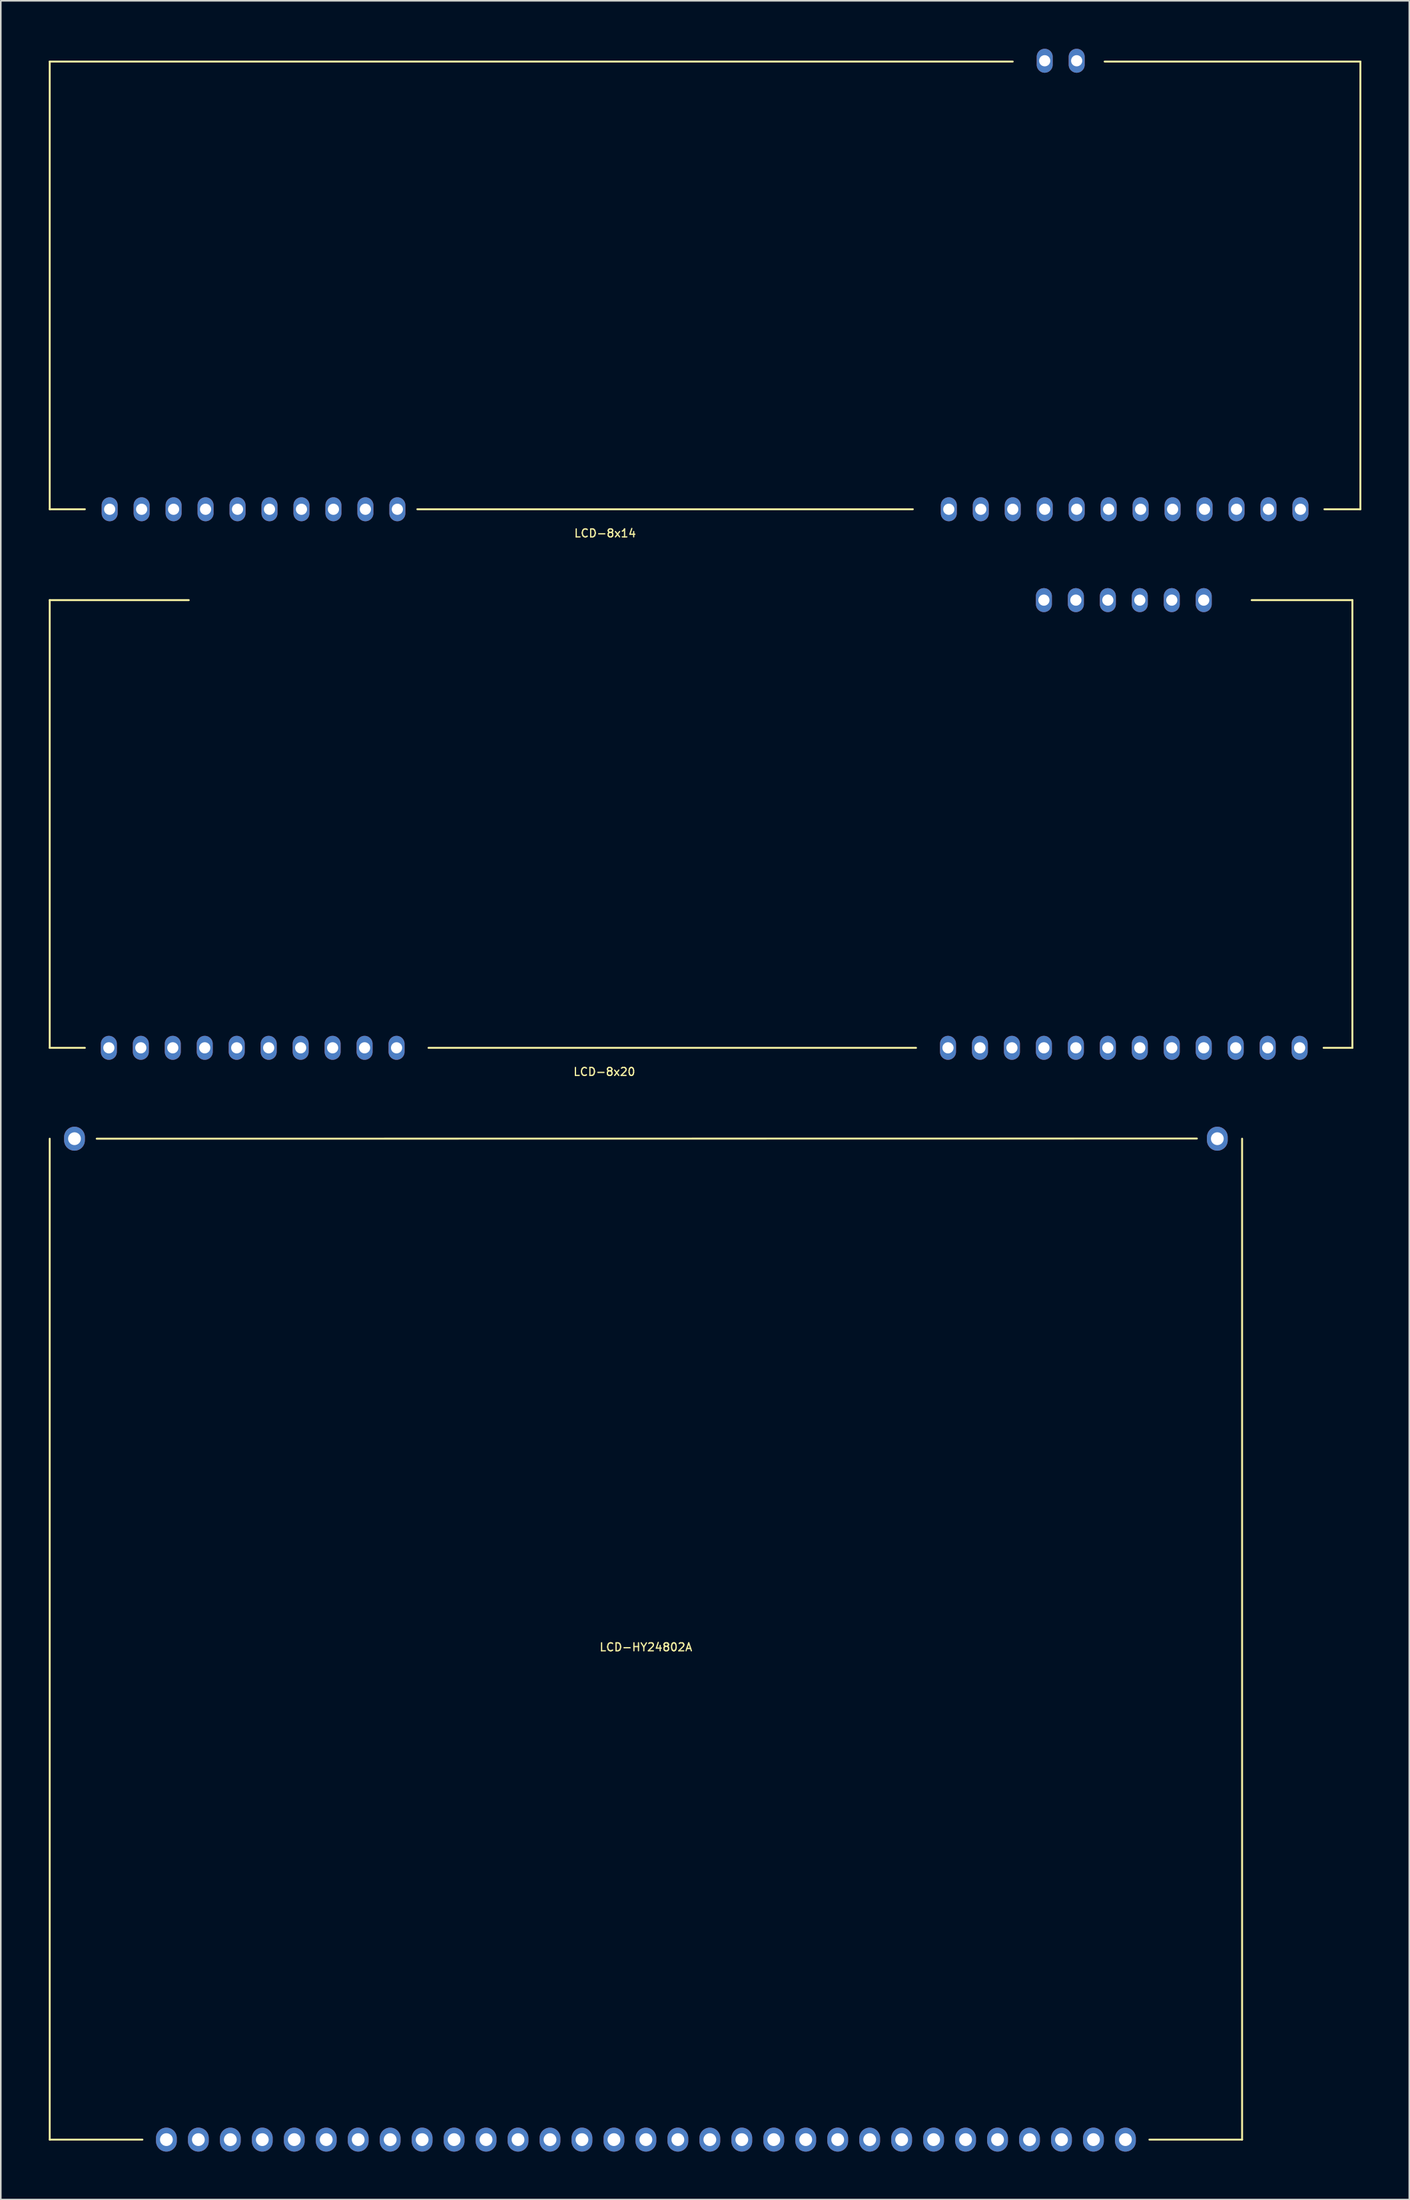
<source format=kicad_pcb>
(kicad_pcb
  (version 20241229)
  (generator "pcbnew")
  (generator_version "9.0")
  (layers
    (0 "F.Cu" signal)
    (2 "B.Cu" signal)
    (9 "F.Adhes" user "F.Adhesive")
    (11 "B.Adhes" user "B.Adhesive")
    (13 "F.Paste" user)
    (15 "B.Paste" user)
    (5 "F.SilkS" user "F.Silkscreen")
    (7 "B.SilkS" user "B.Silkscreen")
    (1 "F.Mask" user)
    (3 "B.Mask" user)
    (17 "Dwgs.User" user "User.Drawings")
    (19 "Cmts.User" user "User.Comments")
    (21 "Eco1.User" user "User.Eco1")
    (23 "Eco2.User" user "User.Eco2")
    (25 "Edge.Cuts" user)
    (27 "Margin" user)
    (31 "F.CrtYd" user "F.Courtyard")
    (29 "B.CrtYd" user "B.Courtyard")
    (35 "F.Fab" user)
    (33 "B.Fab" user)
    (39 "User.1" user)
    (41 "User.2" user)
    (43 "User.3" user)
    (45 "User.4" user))
  (footprint "LCD-HY24802A"
    (layer "F.Cu")
    (at 37.36 99.466)
    (property "Reference" "LCD-HY24802A" (at 0 0.5 0) (layer "F.SilkS") (effects (font (size 0.5 0.5) (thickness 0.08))))
    (attr through_hole)
    (fp_line (start -37.3 -31.3) (end -37.3 31.3) (stroke (width 0.12) (type solid)) (layer "F.SilkS"))
    (fp_line (start -37.3 31.3) (end -31.5 31.3) (stroke (width 0.12) (type solid)) (layer "F.SilkS"))
    (fp_line (start -34.36 -31.3) (end 34.47 -31.31) (stroke (width 0.12) (type solid)) (layer "F.SilkS"))
    (fp_line (start 31.5 31.3) (end 37.3 31.3) (stroke (width 0.12) (type solid)) (layer "F.SilkS"))
    (fp_line (start 37.3 31.3) (end 37.3 -31.3) (stroke (width 0.12) (type solid)) (layer "F.SilkS"))
    (pad "1" thru_hole oval (at -30 31.3) (size 1.3 1.5) (drill 0.8) (layers "*.Cu" "*.Mask"))
    (pad "2" thru_hole oval (at -28 31.3 270) (size 1.5 1.3) (drill 0.8) (layers "*.Cu" "*.Mask"))
    (pad "3" thru_hole oval (at -26 31.3 270) (size 1.5 1.3) (drill 0.8) (layers "*.Cu" "*.Mask"))
    (pad "4" thru_hole oval (at -24 31.3 270) (size 1.5 1.3) (drill 0.8) (layers "*.Cu" "*.Mask"))
    (pad "5" thru_hole oval (at -22 31.3 270) (size 1.5 1.3) (drill 0.8) (layers "*.Cu" "*.Mask"))
    (pad "6" thru_hole oval (at -20 31.3 270) (size 1.5 1.3) (drill 0.8) (layers "*.Cu" "*.Mask"))
    (pad "7" thru_hole oval (at -18 31.3 270) (size 1.5 1.3) (drill 0.8) (layers "*.Cu" "*.Mask"))
    (pad "8" thru_hole oval (at -16 31.3 270) (size 1.5 1.3) (drill 0.8) (layers "*.Cu" "*.Mask"))
    (pad "9" thru_hole oval (at -14 31.3 270) (size 1.5 1.3) (drill 0.8) (layers "*.Cu" "*.Mask"))
    (pad "10" thru_hole oval (at -12 31.3 270) (size 1.5 1.3) (drill 0.8) (layers "*.Cu" "*.Mask"))
    (pad "11" thru_hole oval (at -10 31.3 270) (size 1.5 1.3) (drill 0.8) (layers "*.Cu" "*.Mask"))
    (pad "12" thru_hole oval (at -8 31.3 270) (size 1.5 1.3) (drill 0.8) (layers "*.Cu" "*.Mask"))
    (pad "13" thru_hole oval (at -6 31.3 270) (size 1.5 1.3) (drill 0.8) (layers "*.Cu" "*.Mask"))
    (pad "14" thru_hole oval (at -4 31.3 270) (size 1.5 1.3) (drill 0.8) (layers "*.Cu" "*.Mask"))
    (pad "15" thru_hole oval (at -2 31.3 270) (size 1.5 1.3) (drill 0.8) (layers "*.Cu" "*.Mask"))
    (pad "16" thru_hole oval (at 0 31.3 270) (size 1.5 1.3) (drill 0.8) (layers "*.Cu" "*.Mask"))
    (pad "17" thru_hole oval (at 2 31.3 270) (size 1.5 1.3) (drill 0.8) (layers "*.Cu" "*.Mask"))
    (pad "18" thru_hole oval (at 4 31.3 270) (size 1.5 1.3) (drill 0.8) (layers "*.Cu" "*.Mask"))
    (pad "19" thru_hole oval (at 6 31.3 270) (size 1.5 1.3) (drill 0.8) (layers "*.Cu" "*.Mask"))
    (pad "20" thru_hole oval (at 8 31.3 270) (size 1.5 1.3) (drill 0.8) (layers "*.Cu" "*.Mask"))
    (pad "21" thru_hole oval (at 10 31.3 270) (size 1.5 1.3) (drill 0.8) (layers "*.Cu" "*.Mask"))
    (pad "22" thru_hole oval (at 12 31.3 270) (size 1.5 1.3) (drill 0.8) (layers "*.Cu" "*.Mask"))
    (pad "23" thru_hole oval (at 14 31.3 270) (size 1.5 1.3) (drill 0.8) (layers "*.Cu" "*.Mask"))
    (pad "24" thru_hole oval (at 16 31.3 270) (size 1.5 1.3) (drill 0.8) (layers "*.Cu" "*.Mask"))
    (pad "25" thru_hole oval (at 18 31.3 270) (size 1.5 1.3) (drill 0.8) (layers "*.Cu" "*.Mask"))
    (pad "26" thru_hole oval (at 20 31.3 270) (size 1.5 1.3) (drill 0.8) (layers "*.Cu" "*.Mask"))
    (pad "27" thru_hole oval (at 22 31.3 270) (size 1.5 1.3) (drill 0.8) (layers "*.Cu" "*.Mask"))
    (pad "28" thru_hole oval (at 24 31.3 270) (size 1.5 1.3) (drill 0.8) (layers "*.Cu" "*.Mask"))
    (pad "29" thru_hole oval (at 26 31.3 270) (size 1.5 1.3) (drill 0.8) (layers "*.Cu" "*.Mask"))
    (pad "30" thru_hole oval (at 28 31.3 270) (size 1.5 1.3) (drill 0.8) (layers "*.Cu" "*.Mask"))
    (pad "31" thru_hole oval (at 30 31.3 270) (size 1.5 1.3) (drill 0.8) (layers "*.Cu" "*.Mask"))
    (pad "32" thru_hole oval (at 35.75 -31.3 270) (size 1.5 1.3) (drill 0.8) (layers "*.Cu" "*.Mask"))
    (pad "33" thru_hole oval (at -35.75 -31.3 270) (size 1.5 1.3) (drill 0.8) (layers "*.Cu" "*.Mask")))
  (footprint "LCD-8x20"
    (layer "F.Cu")
    (at 3.76 62.483)
    (property "Reference" "LCD-8x20" (at 31 1.5 0) (layer "F.SilkS") (effects (font (size 0.5 0.5) (thickness 0.08))))
    (attr through_hole)
    (fp_line (start -3.7 0) (end -3.7 -28) (stroke (width 0.12) (type solid)) (layer "F.SilkS"))
    (fp_line (start -1.5 0) (end -3.7 0) (stroke (width 0.12) (type solid)) (layer "F.SilkS"))
    (fp_line (start 5 -28) (end -3.7 -28) (stroke (width 0.12) (type solid)) (layer "F.SilkS"))
    (fp_line (start 50.5 0) (end 20 0) (stroke (width 0.12) (type solid)) (layer "F.SilkS"))
    (fp_line (start 77.8 -28) (end 71.5 -28) (stroke (width 0.12) (type solid)) (layer "F.SilkS"))
    (fp_line (start 77.8 -28) (end 77.8 0) (stroke (width 0.12) (type solid)) (layer "F.SilkS"))
    (fp_line (start 77.8 0) (end 76 0) (stroke (width 0.12) (type solid)) (layer "F.SilkS"))
    (pad "1" thru_hole oval (at 0 0) (size 1 1.5) (drill 0.7) (layers "*.Cu" "*.Mask"))
    (pad "2" thru_hole oval (at 2 0) (size 1 1.5) (drill 0.7) (layers "*.Cu" "*.Mask"))
    (pad "3" thru_hole oval (at 4 0) (size 1 1.5) (drill 0.7) (layers "*.Cu" "*.Mask"))
    (pad "4" thru_hole oval (at 6 0) (size 1 1.5) (drill 0.7) (layers "*.Cu" "*.Mask"))
    (pad "5" thru_hole oval (at 8 0) (size 1 1.5) (drill 0.7) (layers "*.Cu" "*.Mask"))
    (pad "6" thru_hole oval (at 10 0) (size 1 1.5) (drill 0.7) (layers "*.Cu" "*.Mask"))
    (pad "7" thru_hole oval (at 12 0) (size 1 1.5) (drill 0.7) (layers "*.Cu" "*.Mask"))
    (pad "8" thru_hole oval (at 14 0) (size 1 1.5) (drill 0.7) (layers "*.Cu" "*.Mask"))
    (pad "9" thru_hole oval (at 16 0) (size 1 1.5) (drill 0.7) (layers "*.Cu" "*.Mask"))
    (pad "10" thru_hole oval (at 18 0) (size 1 1.5) (drill 0.7) (layers "*.Cu" "*.Mask"))
    (pad "11" thru_hole oval (at 52.5 0) (size 1 1.5) (drill 0.7) (layers "*.Cu" "*.Mask"))
    (pad "12" thru_hole oval (at 54.5 0) (size 1 1.5) (drill 0.7) (layers "*.Cu" "*.Mask"))
    (pad "13" thru_hole oval (at 56.5 0) (size 1 1.5) (drill 0.7) (layers "*.Cu" "*.Mask"))
    (pad "14" thru_hole oval (at 58.5 0) (size 1 1.5) (drill 0.7) (layers "*.Cu" "*.Mask"))
    (pad "15" thru_hole oval (at 60.5 0) (size 1 1.5) (drill 0.7) (layers "*.Cu" "*.Mask"))
    (pad "16" thru_hole oval (at 62.5 0) (size 1 1.5) (drill 0.7) (layers "*.Cu" "*.Mask"))
    (pad "17" thru_hole oval (at 64.5 0) (size 1 1.5) (drill 0.7) (layers "*.Cu" "*.Mask"))
    (pad "18" thru_hole oval (at 66.5 0) (size 1 1.5) (drill 0.7) (layers "*.Cu" "*.Mask"))
    (pad "19" thru_hole oval (at 68.5 0) (size 1 1.5) (drill 0.7) (layers "*.Cu" "*.Mask"))
    (pad "20" thru_hole oval (at 70.5 0) (size 1 1.5) (drill 0.7) (layers "*.Cu" "*.Mask"))
    (pad "21" thru_hole oval (at 72.5 0) (size 1 1.5) (drill 0.7) (layers "*.Cu" "*.Mask"))
    (pad "22" thru_hole oval (at 74.5 0) (size 1 1.5) (drill 0.7) (layers "*.Cu" "*.Mask"))
    (pad "23" thru_hole oval (at 58.5 -28) (size 1 1.5) (drill 0.7) (layers "*.Cu" "*.Mask"))
    (pad "24" thru_hole oval (at 60.5 -28) (size 1 1.5) (drill 0.7) (layers "*.Cu" "*.Mask"))
    (pad "25" thru_hole oval (at 62.5 -28) (size 1 1.5) (drill 0.7) (layers "*.Cu" "*.Mask"))
    (pad "26" thru_hole oval (at 64.5 -28) (size 1 1.5) (drill 0.7) (layers "*.Cu" "*.Mask"))
    (pad "27" thru_hole oval (at 66.5 -28) (size 1 1.5) (drill 0.7) (layers "*.Cu" "*.Mask"))
    (pad "28" thru_hole oval (at 68.5 -28) (size 1 1.5) (drill 0.7) (layers "*.Cu" "*.Mask")))
  (footprint "LCD-8x14"
    (layer "F.Cu")
    (at 3.81 28.8)
    (property "Reference" "LCD-8x14" (at 31 1.5 0) (layer "F.SilkS") (effects (font (size 0.5 0.5) (thickness 0.08))))
    (attr through_hole)
    (fp_line (start -3.75 0) (end -3.75 -28) (stroke (width 0.12) (type solid)) (layer "F.SilkS"))
    (fp_line (start -1.55 0) (end -3.75 0) (stroke (width 0.12) (type solid)) (layer "F.SilkS"))
    (fp_line (start 50.25 0) (end 19.25 0) (stroke (width 0.12) (type solid)) (layer "F.SilkS"))
    (fp_line (start 56.5 -28) (end -3.75 -28) (stroke (width 0.12) (type solid)) (layer "F.SilkS"))
    (fp_line (start 78.25 -28) (end 62.25 -28) (stroke (width 0.12) (type solid)) (layer "F.SilkS"))
    (fp_line (start 78.25 -28) (end 78.25 0) (stroke (width 0.12) (type solid)) (layer "F.SilkS"))
    (fp_line (start 78.25 0) (end 76 0) (stroke (width 0.12) (type solid)) (layer "F.SilkS"))
    (pad "1" thru_hole oval (at 0 0) (size 1 1.5) (drill 0.7) (layers "*.Cu" "*.Mask"))
    (pad "2" thru_hole oval (at 2 0) (size 1 1.5) (drill 0.7) (layers "*.Cu" "*.Mask"))
    (pad "3" thru_hole oval (at 4 0) (size 1 1.5) (drill 0.7) (layers "*.Cu" "*.Mask"))
    (pad "4" thru_hole oval (at 6 0) (size 1 1.5) (drill 0.7) (layers "*.Cu" "*.Mask"))
    (pad "5" thru_hole oval (at 8 0) (size 1 1.5) (drill 0.7) (layers "*.Cu" "*.Mask"))
    (pad "6" thru_hole oval (at 10 0) (size 1 1.5) (drill 0.7) (layers "*.Cu" "*.Mask"))
    (pad "7" thru_hole oval (at 12 0) (size 1 1.5) (drill 0.7) (layers "*.Cu" "*.Mask"))
    (pad "8" thru_hole oval (at 14 0) (size 1 1.5) (drill 0.7) (layers "*.Cu" "*.Mask"))
    (pad "9" thru_hole oval (at 16 0) (size 1 1.5) (drill 0.7) (layers "*.Cu" "*.Mask"))
    (pad "10" thru_hole oval (at 18 0) (size 1 1.5) (drill 0.7) (layers "*.Cu" "*.Mask"))
    (pad "11" thru_hole oval (at 52.5 0) (size 1 1.5) (drill 0.7) (layers "*.Cu" "*.Mask"))
    (pad "12" thru_hole oval (at 54.5 0) (size 1 1.5) (drill 0.7) (layers "*.Cu" "*.Mask"))
    (pad "13" thru_hole oval (at 56.5 0) (size 1 1.5) (drill 0.7) (layers "*.Cu" "*.Mask"))
    (pad "14" thru_hole oval (at 58.5 0) (size 1 1.5) (drill 0.7) (layers "*.Cu" "*.Mask"))
    (pad "15" thru_hole oval (at 60.5 0) (size 1 1.5) (drill 0.7) (layers "*.Cu" "*.Mask"))
    (pad "16" thru_hole oval (at 62.5 0) (size 1 1.5) (drill 0.7) (layers "*.Cu" "*.Mask"))
    (pad "17" thru_hole oval (at 64.5 0) (size 1 1.5) (drill 0.7) (layers "*.Cu" "*.Mask"))
    (pad "18" thru_hole oval (at 66.5 0) (size 1 1.5) (drill 0.7) (layers "*.Cu" "*.Mask"))
    (pad "19" thru_hole oval (at 68.5 0) (size 1 1.5) (drill 0.7) (layers "*.Cu" "*.Mask"))
    (pad "20" thru_hole oval (at 70.5 0) (size 1 1.5) (drill 0.7) (layers "*.Cu" "*.Mask"))
    (pad "21" thru_hole oval (at 72.5 0) (size 1 1.5) (drill 0.7) (layers "*.Cu" "*.Mask"))
    (pad "22" thru_hole oval (at 74.5 0) (size 1 1.5) (drill 0.7) (layers "*.Cu" "*.Mask"))
    (pad "23" thru_hole oval (at 60.5 -28.05) (size 1 1.5) (drill 0.7) (layers "*.Cu" "*.Mask"))
    (pad "24" thru_hole oval (at 58.5 -28.05) (size 1 1.5) (drill 0.7) (layers "*.Cu" "*.Mask")))
  (gr_rect
    (start -3 -3)
    (end 85.12 134.516)
    (stroke (width 0.1) (type default))
    (fill no)
    (layer "Edge.Cuts")))
</source>
